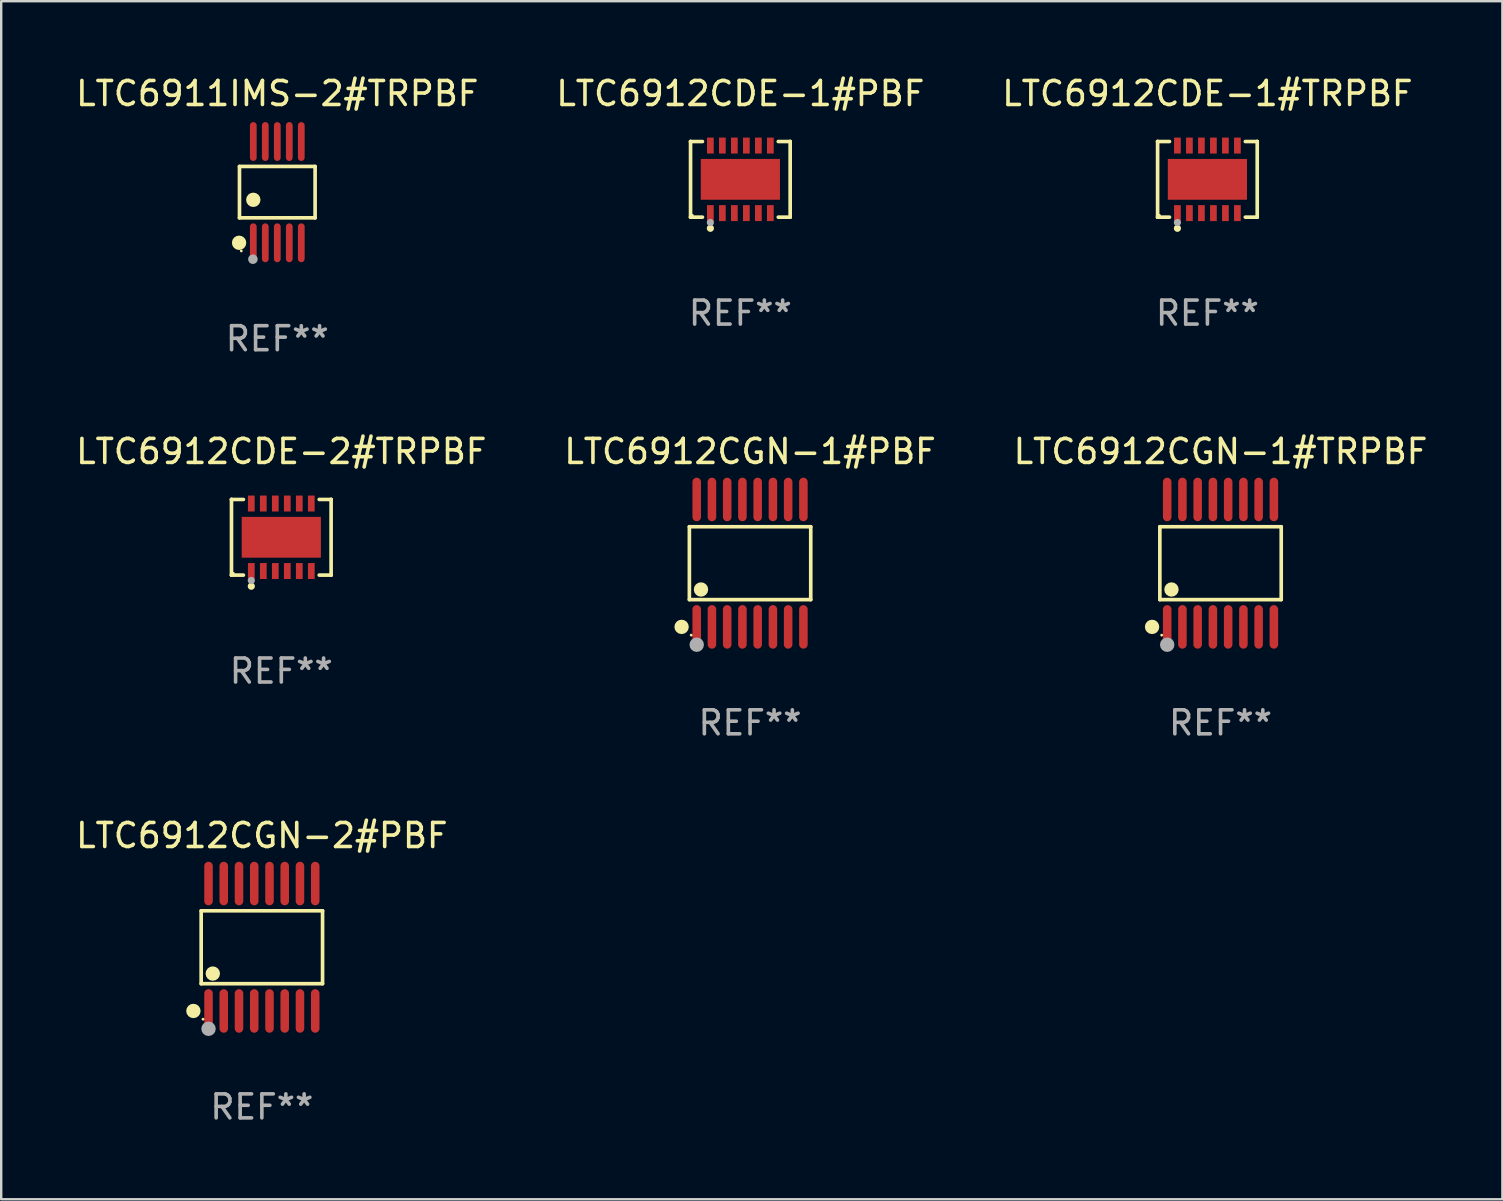
<source format=kicad_pcb>
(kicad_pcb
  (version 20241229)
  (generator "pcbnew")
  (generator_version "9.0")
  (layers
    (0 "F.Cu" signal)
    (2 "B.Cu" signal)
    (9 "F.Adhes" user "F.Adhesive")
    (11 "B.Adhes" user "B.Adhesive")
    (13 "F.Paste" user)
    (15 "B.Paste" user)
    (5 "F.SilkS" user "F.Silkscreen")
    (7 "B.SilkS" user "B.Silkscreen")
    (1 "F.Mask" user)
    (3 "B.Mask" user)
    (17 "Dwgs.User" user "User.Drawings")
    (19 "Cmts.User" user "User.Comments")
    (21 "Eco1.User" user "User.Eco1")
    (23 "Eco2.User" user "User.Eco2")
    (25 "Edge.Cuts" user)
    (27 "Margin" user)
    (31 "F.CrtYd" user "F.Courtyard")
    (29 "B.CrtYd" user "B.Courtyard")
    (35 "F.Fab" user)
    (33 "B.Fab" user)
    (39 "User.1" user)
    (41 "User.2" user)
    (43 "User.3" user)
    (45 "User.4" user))
  (footprint "LTC6912CDE-1#TRPBF"
    (layer "F.Cu")
    (at 47.268 4.424)
    (property "Reference" "LTC6912CDE-1#TRPBF" (at 0 -3.576 0) (layer "F.SilkS") (effects (font (size 1 1) (thickness 0.15))))
    (attr through_hole)
    (fp_line (start -2.076 -1.576) (end -2.076 -1.576) (stroke (width 0.152) (type solid)) (layer "F.SilkS"))
    (fp_line (start -2.076 -1.576) (end -1.58 -1.576) (stroke (width 0.152) (type solid)) (layer "F.SilkS"))
    (fp_line (start -2.076 1.576) (end -2.076 -1.576) (stroke (width 0.152) (type solid)) (layer "F.SilkS"))
    (fp_line (start -2.076 1.576) (end -2.076 1.576) (stroke (width 0.152) (type solid)) (layer "F.SilkS"))
    (fp_line (start -1.58 1.576) (end -2.076 1.576) (stroke (width 0.152) (type solid)) (layer "F.SilkS"))
    (fp_line (start 1.58 1.576) (end 2.076 1.576) (stroke (width 0.152) (type solid)) (layer "F.SilkS"))
    (fp_line (start 2.076 -1.576) (end 1.58 -1.576) (stroke (width 0.152) (type solid)) (layer "F.SilkS"))
    (fp_line (start 2.076 -1.576) (end 2.076 -1.576) (stroke (width 0.152) (type solid)) (layer "F.SilkS"))
    (fp_line (start 2.076 1.576) (end 2.076 -1.576) (stroke (width 0.152) (type solid)) (layer "F.SilkS"))
    (fp_line (start 2.076 1.576) (end 2.076 1.576) (stroke (width 0.152) (type solid)) (layer "F.SilkS"))
    (fp_circle (center -2 1.5) (end -1.97 1.5) (stroke (width 0.06) (type solid)) (fill no) (layer "F.SilkS"))
    (fp_circle (center -1.25 2.04) (end -1.175 2.04) (stroke (width 0.15) (type solid)) (fill no) (layer "F.SilkS"))
    (fp_circle (center -1.25 1.8) (end -1.175 1.8) (stroke (width 0.15) (type solid)) (fill no) (layer "F.Fab"))
    (fp_text user "REF**" (at 0 5.576 0) (layer "F.Fab") (effects (font (size 1 1) (thickness 0.15))))
    (pad "1" smd rect (at -1.25 1.407) (size 0.28 0.665) (layers "F.Cu" "F.Mask" "F.Paste"))
    (pad "2" smd rect (at -0.75 1.407) (size 0.28 0.665) (layers "F.Cu" "F.Mask" "F.Paste"))
    (pad "3" smd rect (at -0.25 1.407) (size 0.28 0.665) (layers "F.Cu" "F.Mask" "F.Paste"))
    (pad "4" smd rect (at 0.25 1.407) (size 0.28 0.665) (layers "F.Cu" "F.Mask" "F.Paste"))
    (pad "5" smd rect (at 0.75 1.407) (size 0.28 0.665) (layers "F.Cu" "F.Mask" "F.Paste"))
    (pad "6" smd rect (at 1.25 1.407) (size 0.28 0.665) (layers "F.Cu" "F.Mask" "F.Paste"))
    (pad "7" smd rect (at 1.25 -1.407) (size 0.28 0.665) (layers "F.Cu" "F.Mask" "F.Paste"))
    (pad "8" smd rect (at 0.75 -1.407) (size 0.28 0.665) (layers "F.Cu" "F.Mask" "F.Paste"))
    (pad "9" smd rect (at 0.25 -1.407) (size 0.28 0.665) (layers "F.Cu" "F.Mask" "F.Paste"))
    (pad "10" smd rect (at -0.25 -1.407) (size 0.28 0.665) (layers "F.Cu" "F.Mask" "F.Paste"))
    (pad "11" smd rect (at -0.75 -1.407) (size 0.28 0.665) (layers "F.Cu" "F.Mask" "F.Paste"))
    (pad "12" smd rect (at -1.25 -1.407) (size 0.28 0.665) (layers "F.Cu" "F.Mask" "F.Paste"))
    (pad "13" smd rect (at 0 0) (size 3.3 1.7) (layers "F.Cu" "F.Mask" "F.Paste")))
  (footprint "LTC6912CGN-2#PBF"
    (layer "F.Cu")
    (at 7.863 36.426)
    (property "Reference" "LTC6912CGN-2#PBF" (at 0 -4.655 0) (layer "F.SilkS") (effects (font (size 1 1) (thickness 0.15))))
    (attr through_hole)
    (fp_line (start -2.529 -1.519) (end 2.529 -1.519) (stroke (width 0.152) (type solid)) (layer "F.SilkS"))
    (fp_line (start -2.529 1.519) (end -2.529 -1.519) (stroke (width 0.152) (type solid)) (layer "F.SilkS"))
    (fp_line (start 2.529 -1.519) (end 2.529 1.519) (stroke (width 0.152) (type solid)) (layer "F.SilkS"))
    (fp_line (start 2.529 1.519) (end -2.529 1.519) (stroke (width 0.152) (type solid)) (layer "F.SilkS"))
    (fp_circle (center -2.853 2.655) (end -2.703 2.655) (stroke (width 0.3) (type solid)) (fill no) (layer "F.SilkS"))
    (fp_circle (center -2.453 2.998) (end -2.423 2.998) (stroke (width 0.06) (type solid)) (fill no) (layer "F.SilkS"))
    (fp_circle (center -2.045 1.097) (end -1.895 1.097) (stroke (width 0.3) (type solid)) (fill no) (layer "F.SilkS"))
    (fp_circle (center -2.223 3.398) (end -2.072 3.398) (stroke (width 0.3) (type solid)) (fill no) (layer "F.Fab"))
    (fp_text user "REF**" (at 0 6.655 0) (layer "F.Fab") (effects (font (size 1 1) (thickness 0.15))))
    (pad "1" smd oval (at -2.223 2.655) (size 0.356 1.815) (layers "F.Cu" "F.Mask" "F.Paste"))
    (pad "2" smd oval (at -1.588 2.655) (size 0.356 1.815) (layers "F.Cu" "F.Mask" "F.Paste"))
    (pad "3" smd oval (at -0.953 2.655) (size 0.356 1.815) (layers "F.Cu" "F.Mask" "F.Paste"))
    (pad "4" smd oval (at -0.318 2.655) (size 0.356 1.815) (layers "F.Cu" "F.Mask" "F.Paste"))
    (pad "5" smd oval (at 0.318 2.655) (size 0.356 1.815) (layers "F.Cu" "F.Mask" "F.Paste"))
    (pad "6" smd oval (at 0.953 2.655) (size 0.356 1.815) (layers "F.Cu" "F.Mask" "F.Paste"))
    (pad "7" smd oval (at 1.588 2.655) (size 0.356 1.815) (layers "F.Cu" "F.Mask" "F.Paste"))
    (pad "8" smd oval (at 2.223 2.655) (size 0.356 1.815) (layers "F.Cu" "F.Mask" "F.Paste"))
    (pad "9" smd oval (at 2.223 -2.655) (size 0.356 1.815) (layers "F.Cu" "F.Mask" "F.Paste"))
    (pad "10" smd oval (at 1.588 -2.655) (size 0.356 1.815) (layers "F.Cu" "F.Mask" "F.Paste"))
    (pad "11" smd oval (at 0.953 -2.655) (size 0.356 1.815) (layers "F.Cu" "F.Mask" "F.Paste"))
    (pad "12" smd oval (at 0.318 -2.655) (size 0.356 1.815) (layers "F.Cu" "F.Mask" "F.Paste"))
    (pad "13" smd oval (at -0.318 -2.655) (size 0.356 1.815) (layers "F.Cu" "F.Mask" "F.Paste"))
    (pad "14" smd oval (at -0.953 -2.655) (size 0.356 1.815) (layers "F.Cu" "F.Mask" "F.Paste"))
    (pad "15" smd oval (at -1.588 -2.655) (size 0.356 1.815) (layers "F.Cu" "F.Mask" "F.Paste"))
    (pad "16" smd oval (at -2.223 -2.655) (size 0.356 1.815) (layers "F.Cu" "F.Mask" "F.Paste")))
  (footprint "LTC6912CGN-1#PBF"
    (layer "F.Cu")
    (at 28.208 20.42)
    (property "Reference" "LTC6912CGN-1#PBF" (at 0 -4.655 0) (layer "F.SilkS") (effects (font (size 1 1) (thickness 0.15))))
    (attr through_hole)
    (fp_line (start -2.529 -1.519) (end 2.529 -1.519) (stroke (width 0.152) (type solid)) (layer "F.SilkS"))
    (fp_line (start -2.529 1.519) (end -2.529 -1.519) (stroke (width 0.152) (type solid)) (layer "F.SilkS"))
    (fp_line (start 2.529 -1.519) (end 2.529 1.519) (stroke (width 0.152) (type solid)) (layer "F.SilkS"))
    (fp_line (start 2.529 1.519) (end -2.529 1.519) (stroke (width 0.152) (type solid)) (layer "F.SilkS"))
    (fp_circle (center -2.853 2.655) (end -2.703 2.655) (stroke (width 0.3) (type solid)) (fill no) (layer "F.SilkS"))
    (fp_circle (center -2.453 2.998) (end -2.423 2.998) (stroke (width 0.06) (type solid)) (fill no) (layer "F.SilkS"))
    (fp_circle (center -2.045 1.097) (end -1.895 1.097) (stroke (width 0.3) (type solid)) (fill no) (layer "F.SilkS"))
    (fp_circle (center -2.223 3.398) (end -2.072 3.398) (stroke (width 0.3) (type solid)) (fill no) (layer "F.Fab"))
    (fp_text user "REF**" (at 0 6.655 0) (layer "F.Fab") (effects (font (size 1 1) (thickness 0.15))))
    (pad "1" smd oval (at -2.223 2.655) (size 0.356 1.815) (layers "F.Cu" "F.Mask" "F.Paste"))
    (pad "2" smd oval (at -1.588 2.655) (size 0.356 1.815) (layers "F.Cu" "F.Mask" "F.Paste"))
    (pad "3" smd oval (at -0.953 2.655) (size 0.356 1.815) (layers "F.Cu" "F.Mask" "F.Paste"))
    (pad "4" smd oval (at -0.318 2.655) (size 0.356 1.815) (layers "F.Cu" "F.Mask" "F.Paste"))
    (pad "5" smd oval (at 0.318 2.655) (size 0.356 1.815) (layers "F.Cu" "F.Mask" "F.Paste"))
    (pad "6" smd oval (at 0.953 2.655) (size 0.356 1.815) (layers "F.Cu" "F.Mask" "F.Paste"))
    (pad "7" smd oval (at 1.588 2.655) (size 0.356 1.815) (layers "F.Cu" "F.Mask" "F.Paste"))
    (pad "8" smd oval (at 2.223 2.655) (size 0.356 1.815) (layers "F.Cu" "F.Mask" "F.Paste"))
    (pad "9" smd oval (at 2.223 -2.655) (size 0.356 1.815) (layers "F.Cu" "F.Mask" "F.Paste"))
    (pad "10" smd oval (at 1.588 -2.655) (size 0.356 1.815) (layers "F.Cu" "F.Mask" "F.Paste"))
    (pad "11" smd oval (at 0.953 -2.655) (size 0.356 1.815) (layers "F.Cu" "F.Mask" "F.Paste"))
    (pad "12" smd oval (at 0.318 -2.655) (size 0.356 1.815) (layers "F.Cu" "F.Mask" "F.Paste"))
    (pad "13" smd oval (at -0.318 -2.655) (size 0.356 1.815) (layers "F.Cu" "F.Mask" "F.Paste"))
    (pad "14" smd oval (at -0.953 -2.655) (size 0.356 1.815) (layers "F.Cu" "F.Mask" "F.Paste"))
    (pad "15" smd oval (at -1.588 -2.655) (size 0.356 1.815) (layers "F.Cu" "F.Mask" "F.Paste"))
    (pad "16" smd oval (at -2.223 -2.655) (size 0.356 1.815) (layers "F.Cu" "F.Mask" "F.Paste")))
  (footprint "LTC6911IMS-2#TRPBF"
    (layer "F.Cu")
    (at 8.506 4.958)
    (property "Reference" "LTC6911IMS-2#TRPBF" (at 0 -4.11 0) (layer "F.SilkS") (effects (font (size 1 1) (thickness 0.15))))
    (attr through_hole)
    (fp_line (start -1.576 -1.071) (end 1.576 -1.071) (stroke (width 0.152) (type solid)) (layer "F.SilkS"))
    (fp_line (start -1.576 1.071) (end -1.576 -1.071) (stroke (width 0.152) (type solid)) (layer "F.SilkS"))
    (fp_line (start 1.576 -1.071) (end 1.576 1.071) (stroke (width 0.152) (type solid)) (layer "F.SilkS"))
    (fp_line (start 1.576 1.071) (end -1.576 1.071) (stroke (width 0.152) (type solid)) (layer "F.SilkS"))
    (fp_circle (center -1.592 2.11) (end -1.442 2.11) (stroke (width 0.3) (type solid)) (fill no) (layer "F.SilkS"))
    (fp_circle (center -1.5 2.45) (end -1.47 2.45) (stroke (width 0.06) (type solid)) (fill no) (layer "F.SilkS"))
    (fp_circle (center -1 0.319) (end -0.85 0.319) (stroke (width 0.3) (type solid)) (fill no) (layer "F.SilkS"))
    (fp_circle (center -1.016 2.794) (end -0.916 2.794) (stroke (width 0.2) (type solid)) (fill no) (layer "F.Fab"))
    (fp_text user "REF**" (at 0 6.11 0) (layer "F.Fab") (effects (font (size 1 1) (thickness 0.15))))
    (pad "1" smd oval (at -1 2.11) (size 0.28 1.62) (layers "F.Cu" "F.Mask" "F.Paste"))
    (pad "2" smd oval (at -0.5 2.11) (size 0.28 1.62) (layers "F.Cu" "F.Mask" "F.Paste"))
    (pad "3" smd oval (at 0 2.11) (size 0.28 1.62) (layers "F.Cu" "F.Mask" "F.Paste"))
    (pad "4" smd oval (at 0.5 2.11) (size 0.28 1.62) (layers "F.Cu" "F.Mask" "F.Paste"))
    (pad "5" smd oval (at 1 2.11) (size 0.28 1.62) (layers "F.Cu" "F.Mask" "F.Paste"))
    (pad "6" smd oval (at 1 -2.11) (size 0.28 1.62) (layers "F.Cu" "F.Mask" "F.Paste"))
    (pad "7" smd oval (at 0.5 -2.11) (size 0.28 1.62) (layers "F.Cu" "F.Mask" "F.Paste"))
    (pad "8" smd oval (at 0 -2.11) (size 0.28 1.62) (layers "F.Cu" "F.Mask" "F.Paste"))
    (pad "9" smd oval (at -0.5 -2.11) (size 0.28 1.62) (layers "F.Cu" "F.Mask" "F.Paste"))
    (pad "10" smd oval (at -1 -2.11) (size 0.28 1.62) (layers "F.Cu" "F.Mask" "F.Paste")))
  (footprint "LTC6912CGN-1#TRPBF"
    (layer "F.Cu")
    (at 47.815 20.42)
    (property "Reference" "LTC6912CGN-1#TRPBF" (at 0 -4.655 0) (layer "F.SilkS") (effects (font (size 1 1) (thickness 0.15))))
    (attr through_hole)
    (fp_line (start -2.529 -1.519) (end 2.529 -1.519) (stroke (width 0.152) (type solid)) (layer "F.SilkS"))
    (fp_line (start -2.529 1.519) (end -2.529 -1.519) (stroke (width 0.152) (type solid)) (layer "F.SilkS"))
    (fp_line (start 2.529 -1.519) (end 2.529 1.519) (stroke (width 0.152) (type solid)) (layer "F.SilkS"))
    (fp_line (start 2.529 1.519) (end -2.529 1.519) (stroke (width 0.152) (type solid)) (layer "F.SilkS"))
    (fp_circle (center -2.853 2.655) (end -2.703 2.655) (stroke (width 0.3) (type solid)) (fill no) (layer "F.SilkS"))
    (fp_circle (center -2.453 2.998) (end -2.423 2.998) (stroke (width 0.06) (type solid)) (fill no) (layer "F.SilkS"))
    (fp_circle (center -2.045 1.097) (end -1.895 1.097) (stroke (width 0.3) (type solid)) (fill no) (layer "F.SilkS"))
    (fp_circle (center -2.223 3.398) (end -2.072 3.398) (stroke (width 0.3) (type solid)) (fill no) (layer "F.Fab"))
    (fp_text user "REF**" (at 0 6.655 0) (layer "F.Fab") (effects (font (size 1 1) (thickness 0.15))))
    (pad "1" smd oval (at -2.223 2.655) (size 0.356 1.815) (layers "F.Cu" "F.Mask" "F.Paste"))
    (pad "2" smd oval (at -1.588 2.655) (size 0.356 1.815) (layers "F.Cu" "F.Mask" "F.Paste"))
    (pad "3" smd oval (at -0.953 2.655) (size 0.356 1.815) (layers "F.Cu" "F.Mask" "F.Paste"))
    (pad "4" smd oval (at -0.318 2.655) (size 0.356 1.815) (layers "F.Cu" "F.Mask" "F.Paste"))
    (pad "5" smd oval (at 0.318 2.655) (size 0.356 1.815) (layers "F.Cu" "F.Mask" "F.Paste"))
    (pad "6" smd oval (at 0.953 2.655) (size 0.356 1.815) (layers "F.Cu" "F.Mask" "F.Paste"))
    (pad "7" smd oval (at 1.588 2.655) (size 0.356 1.815) (layers "F.Cu" "F.Mask" "F.Paste"))
    (pad "8" smd oval (at 2.223 2.655) (size 0.356 1.815) (layers "F.Cu" "F.Mask" "F.Paste"))
    (pad "9" smd oval (at 2.223 -2.655) (size 0.356 1.815) (layers "F.Cu" "F.Mask" "F.Paste"))
    (pad "10" smd oval (at 1.588 -2.655) (size 0.356 1.815) (layers "F.Cu" "F.Mask" "F.Paste"))
    (pad "11" smd oval (at 0.953 -2.655) (size 0.356 1.815) (layers "F.Cu" "F.Mask" "F.Paste"))
    (pad "12" smd oval (at 0.318 -2.655) (size 0.356 1.815) (layers "F.Cu" "F.Mask" "F.Paste"))
    (pad "13" smd oval (at -0.318 -2.655) (size 0.356 1.815) (layers "F.Cu" "F.Mask" "F.Paste"))
    (pad "14" smd oval (at -0.953 -2.655) (size 0.356 1.815) (layers "F.Cu" "F.Mask" "F.Paste"))
    (pad "15" smd oval (at -1.588 -2.655) (size 0.356 1.815) (layers "F.Cu" "F.Mask" "F.Paste"))
    (pad "16" smd oval (at -2.223 -2.655) (size 0.356 1.815) (layers "F.Cu" "F.Mask" "F.Paste")))
  (footprint "LTC6912CDE-2#TRPBF"
    (layer "F.Cu")
    (at 8.673 19.341)
    (property "Reference" "LTC6912CDE-2#TRPBF" (at 0 -3.576 0) (layer "F.SilkS") (effects (font (size 1 1) (thickness 0.15))))
    (attr through_hole)
    (fp_line (start -2.076 -1.576) (end -2.076 -1.576) (stroke (width 0.152) (type solid)) (layer "F.SilkS"))
    (fp_line (start -2.076 -1.576) (end -1.58 -1.576) (stroke (width 0.152) (type solid)) (layer "F.SilkS"))
    (fp_line (start -2.076 1.576) (end -2.076 -1.576) (stroke (width 0.152) (type solid)) (layer "F.SilkS"))
    (fp_line (start -2.076 1.576) (end -2.076 1.576) (stroke (width 0.152) (type solid)) (layer "F.SilkS"))
    (fp_line (start -1.58 1.576) (end -2.076 1.576) (stroke (width 0.152) (type solid)) (layer "F.SilkS"))
    (fp_line (start 1.58 1.576) (end 2.076 1.576) (stroke (width 0.152) (type solid)) (layer "F.SilkS"))
    (fp_line (start 2.076 -1.576) (end 1.58 -1.576) (stroke (width 0.152) (type solid)) (layer "F.SilkS"))
    (fp_line (start 2.076 -1.576) (end 2.076 -1.576) (stroke (width 0.152) (type solid)) (layer "F.SilkS"))
    (fp_line (start 2.076 1.576) (end 2.076 -1.576) (stroke (width 0.152) (type solid)) (layer "F.SilkS"))
    (fp_line (start 2.076 1.576) (end 2.076 1.576) (stroke (width 0.152) (type solid)) (layer "F.SilkS"))
    (fp_circle (center -2 1.5) (end -1.97 1.5) (stroke (width 0.06) (type solid)) (fill no) (layer "F.SilkS"))
    (fp_circle (center -1.25 2.04) (end -1.175 2.04) (stroke (width 0.15) (type solid)) (fill no) (layer "F.SilkS"))
    (fp_circle (center -1.25 1.8) (end -1.175 1.8) (stroke (width 0.15) (type solid)) (fill no) (layer "F.Fab"))
    (fp_text user "REF**" (at 0 5.576 0) (layer "F.Fab") (effects (font (size 1 1) (thickness 0.15))))
    (pad "1" smd rect (at -1.25 1.407) (size 0.28 0.665) (layers "F.Cu" "F.Mask" "F.Paste"))
    (pad "2" smd rect (at -0.75 1.407) (size 0.28 0.665) (layers "F.Cu" "F.Mask" "F.Paste"))
    (pad "3" smd rect (at -0.25 1.407) (size 0.28 0.665) (layers "F.Cu" "F.Mask" "F.Paste"))
    (pad "4" smd rect (at 0.25 1.407) (size 0.28 0.665) (layers "F.Cu" "F.Mask" "F.Paste"))
    (pad "5" smd rect (at 0.75 1.407) (size 0.28 0.665) (layers "F.Cu" "F.Mask" "F.Paste"))
    (pad "6" smd rect (at 1.25 1.407) (size 0.28 0.665) (layers "F.Cu" "F.Mask" "F.Paste"))
    (pad "7" smd rect (at 1.25 -1.407) (size 0.28 0.665) (layers "F.Cu" "F.Mask" "F.Paste"))
    (pad "8" smd rect (at 0.75 -1.407) (size 0.28 0.665) (layers "F.Cu" "F.Mask" "F.Paste"))
    (pad "9" smd rect (at 0.25 -1.407) (size 0.28 0.665) (layers "F.Cu" "F.Mask" "F.Paste"))
    (pad "10" smd rect (at -0.25 -1.407) (size 0.28 0.665) (layers "F.Cu" "F.Mask" "F.Paste"))
    (pad "11" smd rect (at -0.75 -1.407) (size 0.28 0.665) (layers "F.Cu" "F.Mask" "F.Paste"))
    (pad "12" smd rect (at -1.25 -1.407) (size 0.28 0.665) (layers "F.Cu" "F.Mask" "F.Paste"))
    (pad "13" smd rect (at 0 0) (size 3.3 1.7) (layers "F.Cu" "F.Mask" "F.Paste")))
  (footprint "LTC6912CDE-1#PBF"
    (layer "F.Cu")
    (at 27.804 4.424)
    (property "Reference" "LTC6912CDE-1#PBF" (at 0 -3.576 0) (layer "F.SilkS") (effects (font (size 1 1) (thickness 0.15))))
    (attr through_hole)
    (fp_line (start -2.076 -1.576) (end -2.076 -1.576) (stroke (width 0.152) (type solid)) (layer "F.SilkS"))
    (fp_line (start -2.076 -1.576) (end -1.58 -1.576) (stroke (width 0.152) (type solid)) (layer "F.SilkS"))
    (fp_line (start -2.076 1.576) (end -2.076 -1.576) (stroke (width 0.152) (type solid)) (layer "F.SilkS"))
    (fp_line (start -2.076 1.576) (end -2.076 1.576) (stroke (width 0.152) (type solid)) (layer "F.SilkS"))
    (fp_line (start -1.58 1.576) (end -2.076 1.576) (stroke (width 0.152) (type solid)) (layer "F.SilkS"))
    (fp_line (start 1.58 1.576) (end 2.076 1.576) (stroke (width 0.152) (type solid)) (layer "F.SilkS"))
    (fp_line (start 2.076 -1.576) (end 1.58 -1.576) (stroke (width 0.152) (type solid)) (layer "F.SilkS"))
    (fp_line (start 2.076 -1.576) (end 2.076 -1.576) (stroke (width 0.152) (type solid)) (layer "F.SilkS"))
    (fp_line (start 2.076 1.576) (end 2.076 -1.576) (stroke (width 0.152) (type solid)) (layer "F.SilkS"))
    (fp_line (start 2.076 1.576) (end 2.076 1.576) (stroke (width 0.152) (type solid)) (layer "F.SilkS"))
    (fp_circle (center -2 1.5) (end -1.97 1.5) (stroke (width 0.06) (type solid)) (fill no) (layer "F.SilkS"))
    (fp_circle (center -1.25 2.04) (end -1.175 2.04) (stroke (width 0.15) (type solid)) (fill no) (layer "F.SilkS"))
    (fp_circle (center -1.25 1.8) (end -1.175 1.8) (stroke (width 0.15) (type solid)) (fill no) (layer "F.Fab"))
    (fp_text user "REF**" (at 0 5.576 0) (layer "F.Fab") (effects (font (size 1 1) (thickness 0.15))))
    (pad "1" smd rect (at -1.25 1.407) (size 0.28 0.665) (layers "F.Cu" "F.Mask" "F.Paste"))
    (pad "2" smd rect (at -0.75 1.407) (size 0.28 0.665) (layers "F.Cu" "F.Mask" "F.Paste"))
    (pad "3" smd rect (at -0.25 1.407) (size 0.28 0.665) (layers "F.Cu" "F.Mask" "F.Paste"))
    (pad "4" smd rect (at 0.25 1.407) (size 0.28 0.665) (layers "F.Cu" "F.Mask" "F.Paste"))
    (pad "5" smd rect (at 0.75 1.407) (size 0.28 0.665) (layers "F.Cu" "F.Mask" "F.Paste"))
    (pad "6" smd rect (at 1.25 1.407) (size 0.28 0.665) (layers "F.Cu" "F.Mask" "F.Paste"))
    (pad "7" smd rect (at 1.25 -1.407) (size 0.28 0.665) (layers "F.Cu" "F.Mask" "F.Paste"))
    (pad "8" smd rect (at 0.75 -1.407) (size 0.28 0.665) (layers "F.Cu" "F.Mask" "F.Paste"))
    (pad "9" smd rect (at 0.25 -1.407) (size 0.28 0.665) (layers "F.Cu" "F.Mask" "F.Paste"))
    (pad "10" smd rect (at -0.25 -1.407) (size 0.28 0.665) (layers "F.Cu" "F.Mask" "F.Paste"))
    (pad "11" smd rect (at -0.75 -1.407) (size 0.28 0.665) (layers "F.Cu" "F.Mask" "F.Paste"))
    (pad "12" smd rect (at -1.25 -1.407) (size 0.28 0.665) (layers "F.Cu" "F.Mask" "F.Paste"))
    (pad "13" smd rect (at 0 0) (size 3.3 1.7) (layers "F.Cu" "F.Mask" "F.Paste")))
  (gr_rect
    (start -3 -3)
    (end 59.56 46.929)
    (stroke (width 0.1) (type default))
    (fill no)
    (layer "Edge.Cuts")))
</source>
